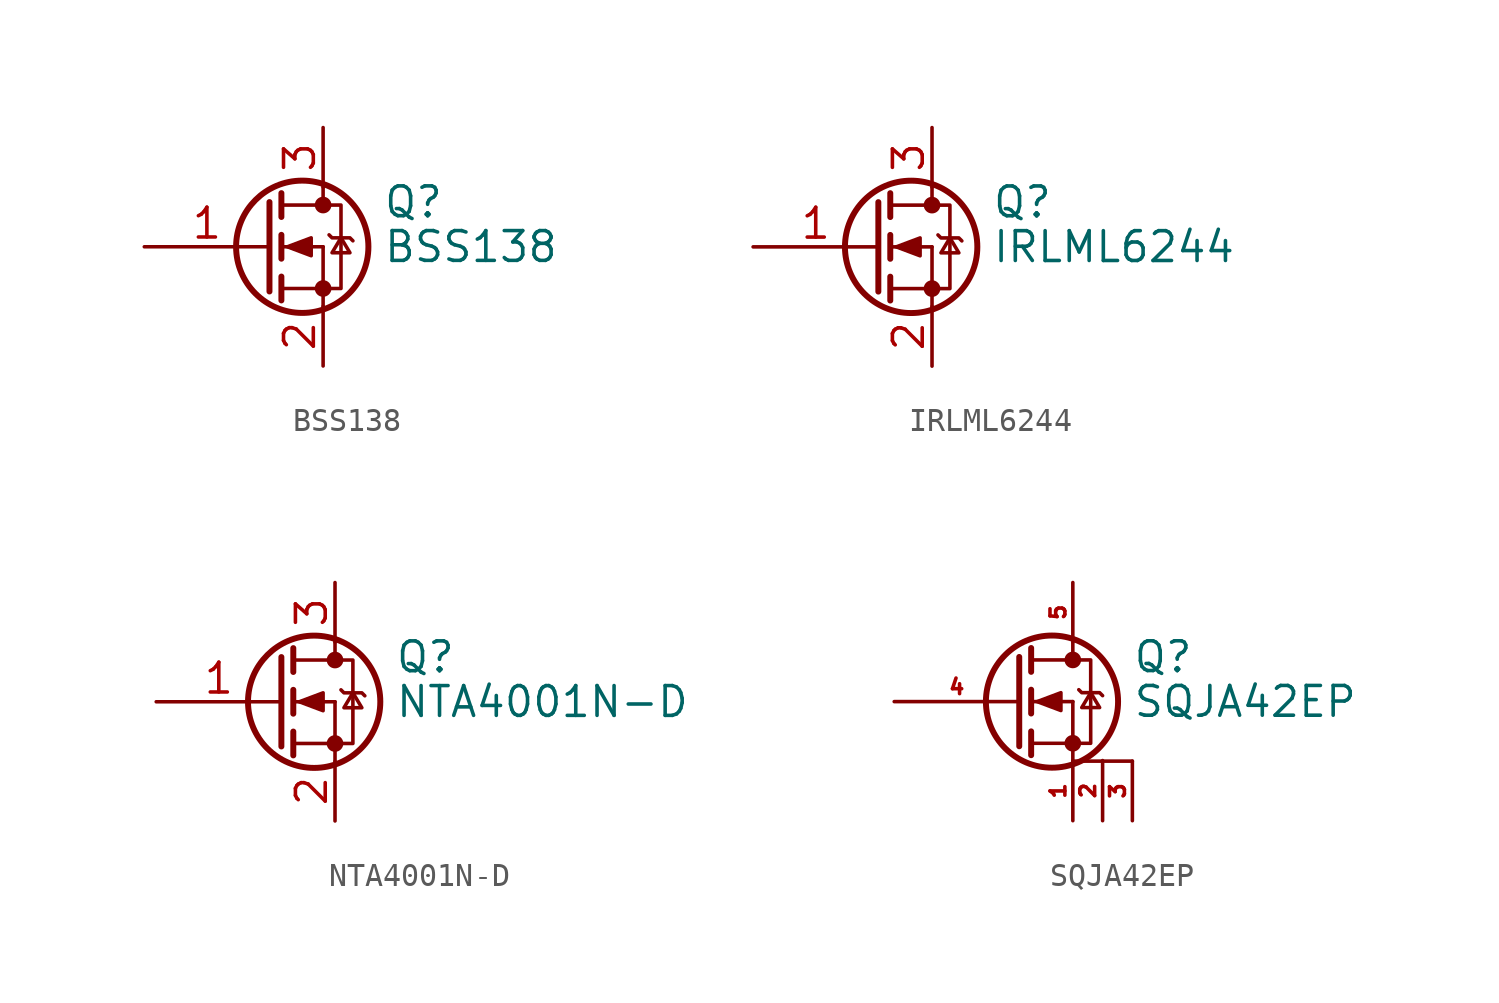
<source format=kicad_sym>
(kicad_symbol_lib
  (version 20211014)
  (generator kicad_symbol_editor)
  (symbol "BSS138"
    (pin_names
      (offset 0) hide)
    (property "Reference" "Q"
      (at 5.08 1.905 0)
      (effects (font (size 1.27 1.27)) (justify left)))
    (property "Value" "BSS138"
      (at 5.08 0 0)
      (effects (font (size 1.27 1.27)) (justify left)))
    (symbol "BSS138_0_1"
      (polyline (pts (xy 0.762 -1.778) (xy 2.54 -1.778)) (stroke (width 0) (type default) (color 0 0 0 0)) (fill (type none)))
      (polyline (pts (xy 0.762 -1.27) (xy 0.762 -2.286)) (stroke (width 0.254) (type default) (color 0 0 0 0)) (fill (type none)))
      (polyline (pts (xy 0.762 0) (xy 2.54 0)) (stroke (width 0) (type default) (color 0 0 0 0)) (fill (type none)))
      (polyline (pts (xy 0.762 0.508) (xy 0.762 -0.508)) (stroke (width 0.254) (type default) (color 0 0 0 0)) (fill (type none)))
      (polyline (pts (xy 0.762 1.778) (xy 2.54 1.778)) (stroke (width 0) (type default) (color 0 0 0 0)) (fill (type none)))
      (polyline (pts (xy 0.762 2.286) (xy 0.762 1.27)) (stroke (width 0.254) (type default) (color 0 0 0 0)) (fill (type none)))
      (polyline (pts (xy 2.54 -1.778) (xy 2.54 -2.54)) (stroke (width 0) (type default) (color 0 0 0 0)) (fill (type none)))
      (polyline (pts (xy 2.54 -1.778) (xy 2.54 0)) (stroke (width 0) (type default) (color 0 0 0 0)) (fill (type none)))
      (polyline (pts (xy 2.54 2.54) (xy 2.54 1.778)) (stroke (width 0) (type default) (color 0 0 0 0)) (fill (type none)))
      (polyline (pts (xy 0.254 1.905) (xy 0.254 -1.905) (xy 0.254 -1.905)) (stroke (width 0.254) (type default) (color 0 0 0 0)) (fill (type none)))
      (polyline (pts (xy 1.016 0) (xy 2.032 0.381) (xy 2.032 -0.381) (xy 1.016 0)) (stroke (width 0) (type default) (color 0 0 0 0)) (fill (type outline)))
      (polyline (pts (xy 2.54 -1.778) (xy 3.302 -1.778) (xy 3.302 1.778) (xy 2.54 1.778)) (stroke (width 0) (type default) (color 0 0 0 0)) (fill (type none)))
      (polyline (pts (xy 2.794 0.508) (xy 2.921 0.381) (xy 3.683 0.381) (xy 3.81 0.254)) (stroke (width 0) (type default) (color 0 0 0 0)) (fill (type none)))
      (polyline (pts (xy 3.302 0.381) (xy 2.921 -0.254) (xy 3.683 -0.254) (xy 3.302 0.381)) (stroke (width 0) (type default) (color 0 0 0 0)) (fill (type none)))
      (circle (center 1.651 0) (radius 2.819) (stroke (width 0.254) (type default) (color 0 0 0 0)) (fill (type none)))
      (circle (center 2.54 -1.778) (radius 0.279) (stroke (width 0) (type default) (color 0 0 0 0)) (fill (type outline)))
      (circle (center 2.54 1.778) (radius 0.279) (stroke (width 0) (type default) (color 0 0 0 0)) (fill (type outline))))
    (symbol "BSS138_1_1"
      (pin input line (at -5.08 0 0) (length 5.334) (name "G" (effects (font (size 1.27 1.27)))) (number "1" (effects (font (size 1.27 1.27)))))
      (pin passive line (at 2.54 -5.08 90) (length 2.54) (name "S" (effects (font (size 1.27 1.27)))) (number "2" (effects (font (size 1.27 1.27)))))
      (pin passive line (at 2.54 5.08 270) (length 2.54) (name "D" (effects (font (size 1.27 1.27)))) (number "3" (effects (font (size 1.27 1.27)))))))
  (symbol "IRLML6244"
    (pin_names
      (offset 0) hide)
    (property "Reference" "Q"
      (at 5.08 1.905 0)
      (effects (font (size 1.27 1.27)) (justify left)))
    (property "Value" "IRLML6244"
      (at 5.08 0 0)
      (effects (font (size 1.27 1.27)) (justify left)))
    (symbol "IRLML6244_0_1"
      (polyline (pts (xy 0.762 -1.778) (xy 2.54 -1.778)) (stroke (width 0) (type default) (color 0 0 0 0)) (fill (type none)))
      (polyline (pts (xy 0.762 -1.27) (xy 0.762 -2.286)) (stroke (width 0.254) (type default) (color 0 0 0 0)) (fill (type none)))
      (polyline (pts (xy 0.762 0) (xy 2.54 0)) (stroke (width 0) (type default) (color 0 0 0 0)) (fill (type none)))
      (polyline (pts (xy 0.762 0.508) (xy 0.762 -0.508)) (stroke (width 0.254) (type default) (color 0 0 0 0)) (fill (type none)))
      (polyline (pts (xy 0.762 1.778) (xy 2.54 1.778)) (stroke (width 0) (type default) (color 0 0 0 0)) (fill (type none)))
      (polyline (pts (xy 0.762 2.286) (xy 0.762 1.27)) (stroke (width 0.254) (type default) (color 0 0 0 0)) (fill (type none)))
      (polyline (pts (xy 2.54 -1.778) (xy 2.54 -2.54)) (stroke (width 0) (type default) (color 0 0 0 0)) (fill (type none)))
      (polyline (pts (xy 2.54 -1.778) (xy 2.54 0)) (stroke (width 0) (type default) (color 0 0 0 0)) (fill (type none)))
      (polyline (pts (xy 2.54 2.54) (xy 2.54 1.778)) (stroke (width 0) (type default) (color 0 0 0 0)) (fill (type none)))
      (polyline (pts (xy 0.254 1.905) (xy 0.254 -1.905) (xy 0.254 -1.905)) (stroke (width 0.254) (type default) (color 0 0 0 0)) (fill (type none)))
      (polyline (pts (xy 1.016 0) (xy 2.032 0.381) (xy 2.032 -0.381) (xy 1.016 0)) (stroke (width 0) (type default) (color 0 0 0 0)) (fill (type outline)))
      (polyline (pts (xy 2.54 -1.778) (xy 3.302 -1.778) (xy 3.302 1.778) (xy 2.54 1.778)) (stroke (width 0) (type default) (color 0 0 0 0)) (fill (type none)))
      (polyline (pts (xy 2.794 0.508) (xy 2.921 0.381) (xy 3.683 0.381) (xy 3.81 0.254)) (stroke (width 0) (type default) (color 0 0 0 0)) (fill (type none)))
      (polyline (pts (xy 3.302 0.381) (xy 2.921 -0.254) (xy 3.683 -0.254) (xy 3.302 0.381)) (stroke (width 0) (type default) (color 0 0 0 0)) (fill (type none)))
      (circle (center 1.651 0) (radius 2.819) (stroke (width 0.254) (type default) (color 0 0 0 0)) (fill (type none)))
      (circle (center 2.54 -1.778) (radius 0.279) (stroke (width 0) (type default) (color 0 0 0 0)) (fill (type outline)))
      (circle (center 2.54 1.778) (radius 0.279) (stroke (width 0) (type default) (color 0 0 0 0)) (fill (type outline))))
    (symbol "IRLML6244_1_1"
      (pin input line (at -5.08 0 0) (length 5.334) (name "G" (effects (font (size 1.27 1.27)))) (number "1" (effects (font (size 1.27 1.27)))))
      (pin passive line (at 2.54 -5.08 90) (length 2.54) (name "S" (effects (font (size 1.27 1.27)))) (number "2" (effects (font (size 1.27 1.27)))))
      (pin passive line (at 2.54 5.08 270) (length 2.54) (name "D" (effects (font (size 1.27 1.27)))) (number "3" (effects (font (size 1.27 1.27)))))))
  (symbol "NTA4001N-D"
    (pin_names
      (offset 0) hide)
    (property "Reference" "Q"
      (at 5.08 1.905 0)
      (effects (font (size 1.27 1.27)) (justify left)))
    (property "Value" "NTA4001N-D"
      (at 5.08 0 0)
      (effects (font (size 1.27 1.27)) (justify left)))
    (symbol "NTA4001N-D_0_1"
      (polyline (pts (xy 0.762 -1.778) (xy 2.54 -1.778)) (stroke (width 0) (type default) (color 0 0 0 0)) (fill (type none)))
      (polyline (pts (xy 0.762 -1.27) (xy 0.762 -2.286)) (stroke (width 0.254) (type default) (color 0 0 0 0)) (fill (type none)))
      (polyline (pts (xy 0.762 0) (xy 2.54 0)) (stroke (width 0) (type default) (color 0 0 0 0)) (fill (type none)))
      (polyline (pts (xy 0.762 0.508) (xy 0.762 -0.508)) (stroke (width 0.254) (type default) (color 0 0 0 0)) (fill (type none)))
      (polyline (pts (xy 0.762 1.778) (xy 2.54 1.778)) (stroke (width 0) (type default) (color 0 0 0 0)) (fill (type none)))
      (polyline (pts (xy 0.762 2.286) (xy 0.762 1.27)) (stroke (width 0.254) (type default) (color 0 0 0 0)) (fill (type none)))
      (polyline (pts (xy 2.54 -1.778) (xy 2.54 -2.54)) (stroke (width 0) (type default) (color 0 0 0 0)) (fill (type none)))
      (polyline (pts (xy 2.54 -1.778) (xy 2.54 0)) (stroke (width 0) (type default) (color 0 0 0 0)) (fill (type none)))
      (polyline (pts (xy 2.54 2.54) (xy 2.54 1.778)) (stroke (width 0) (type default) (color 0 0 0 0)) (fill (type none)))
      (polyline (pts (xy 0.254 1.905) (xy 0.254 -1.905) (xy 0.254 -1.905)) (stroke (width 0.254) (type default) (color 0 0 0 0)) (fill (type none)))
      (polyline (pts (xy 1.016 0) (xy 2.032 0.381) (xy 2.032 -0.381) (xy 1.016 0)) (stroke (width 0) (type default) (color 0 0 0 0)) (fill (type outline)))
      (polyline (pts (xy 2.54 -1.778) (xy 3.302 -1.778) (xy 3.302 1.778) (xy 2.54 1.778)) (stroke (width 0) (type default) (color 0 0 0 0)) (fill (type none)))
      (polyline (pts (xy 2.794 0.508) (xy 2.921 0.381) (xy 3.683 0.381) (xy 3.81 0.254)) (stroke (width 0) (type default) (color 0 0 0 0)) (fill (type none)))
      (polyline (pts (xy 3.302 0.381) (xy 2.921 -0.254) (xy 3.683 -0.254) (xy 3.302 0.381)) (stroke (width 0) (type default) (color 0 0 0 0)) (fill (type none)))
      (circle (center 1.651 0) (radius 2.819) (stroke (width 0.254) (type default) (color 0 0 0 0)) (fill (type none)))
      (circle (center 2.54 -1.778) (radius 0.279) (stroke (width 0) (type default) (color 0 0 0 0)) (fill (type outline)))
      (circle (center 2.54 1.778) (radius 0.279) (stroke (width 0) (type default) (color 0 0 0 0)) (fill (type outline))))
    (symbol "NTA4001N-D_1_1"
      (pin input line (at -5.08 0 0) (length 5.334) (name "G" (effects (font (size 1.27 1.27)))) (number "1" (effects (font (size 1.27 1.27)))))
      (pin passive line (at 2.54 -5.08 90) (length 2.54) (name "S" (effects (font (size 1.27 1.27)))) (number "2" (effects (font (size 1.27 1.27)))))
      (pin passive line (at 2.54 5.08 270) (length 2.54) (name "D" (effects (font (size 1.27 1.27)))) (number "3" (effects (font (size 1.27 1.27)))))))
  (symbol "SQJA42EP"
    (pin_names
      (offset 0) hide)
    (property "Reference" "Q"
      (at 5.08 1.905 0)
      (effects (font (size 1.27 1.27)) (justify left)))
    (property "Value" "SQJA42EP"
      (at 5.08 0 0)
      (effects (font (size 1.27 1.27)) (justify left)))
    (symbol "SQJA42EP_0_1"
      (polyline (pts (xy 0.762 -1.778) (xy 2.54 -1.778)) (stroke (width 0) (type default) (color 0 0 0 0)) (fill (type none)))
      (polyline (pts (xy 0.762 -1.27) (xy 0.762 -2.286)) (stroke (width 0.254) (type default) (color 0 0 0 0)) (fill (type none)))
      (polyline (pts (xy 0.762 0) (xy 2.54 0)) (stroke (width 0) (type default) (color 0 0 0 0)) (fill (type none)))
      (polyline (pts (xy 0.762 0.508) (xy 0.762 -0.508)) (stroke (width 0.254) (type default) (color 0 0 0 0)) (fill (type none)))
      (polyline (pts (xy 0.762 1.778) (xy 2.54 1.778)) (stroke (width 0) (type default) (color 0 0 0 0)) (fill (type none)))
      (polyline (pts (xy 0.762 2.286) (xy 0.762 1.27)) (stroke (width 0.254) (type default) (color 0 0 0 0)) (fill (type none)))
      (polyline (pts (xy 2.54 -1.778) (xy 2.54 -2.54)) (stroke (width 0) (type default) (color 0 0 0 0)) (fill (type none)))
      (polyline (pts (xy 2.54 -1.778) (xy 2.54 0)) (stroke (width 0) (type default) (color 0 0 0 0)) (fill (type none)))
      (polyline (pts (xy 2.54 2.54) (xy 2.54 1.778)) (stroke (width 0) (type default) (color 0 0 0 0)) (fill (type none)))
      (polyline (pts (xy 5.08 -2.54) (xy 2.54 -2.54)) (stroke (width 0) (type default) (color 0 0 0 0)) (fill (type none)))
      (polyline (pts (xy 0.254 1.905) (xy 0.254 -1.905) (xy 0.254 -1.905)) (stroke (width 0.254) (type default) (color 0 0 0 0)) (fill (type none)))
      (polyline (pts (xy 1.016 0) (xy 2.032 0.381) (xy 2.032 -0.381) (xy 1.016 0)) (stroke (width 0) (type default) (color 0 0 0 0)) (fill (type outline)))
      (polyline (pts (xy 2.54 -1.778) (xy 3.302 -1.778) (xy 3.302 1.778) (xy 2.54 1.778)) (stroke (width 0) (type default) (color 0 0 0 0)) (fill (type none)))
      (polyline (pts (xy 2.794 0.508) (xy 2.921 0.381) (xy 3.683 0.381) (xy 3.81 0.254)) (stroke (width 0) (type default) (color 0 0 0 0)) (fill (type none)))
      (polyline (pts (xy 3.302 0.381) (xy 2.921 -0.254) (xy 3.683 -0.254) (xy 3.302 0.381)) (stroke (width 0) (type default) (color 0 0 0 0)) (fill (type none)))
      (circle (center 1.651 0) (radius 2.819) (stroke (width 0.254) (type default) (color 0 0 0 0)) (fill (type none)))
      (circle (center 2.54 -1.778) (radius 0.279) (stroke (width 0) (type default) (color 0 0 0 0)) (fill (type outline)))
      (circle (center 2.54 1.778) (radius 0.279) (stroke (width 0) (type default) (color 0 0 0 0)) (fill (type outline))))
    (symbol "SQJA42EP_1_1"
      (pin passive line (at 2.54 -5.08 90) (length 2.54) (name "S" (effects (font (size 0.635 0.635)))) (number "1" (effects (font (size 0.635 0.635)))))
      (pin passive line (at 3.81 -5.08 90) (length 2.565) (name "S" (effects (font (size 0.635 0.635)))) (number "2" (effects (font (size 0.635 0.635)))))
      (pin passive line (at 5.08 -5.08 90) (length 2.54) (name "S" (effects (font (size 0.635 0.635)))) (number "3" (effects (font (size 0.635 0.635)))))
      (pin input line (at -5.08 0 0) (length 5.334) (name "G" (effects (font (size 0.635 0.635)))) (number "4" (effects (font (size 0.635 0.635)))))
      (pin passive line (at 2.54 5.08 270) (length 2.54) (name "D" (effects (font (size 0.635 0.635)))) (number "5" (effects (font (size 0.635 0.635))))))))
</source>
